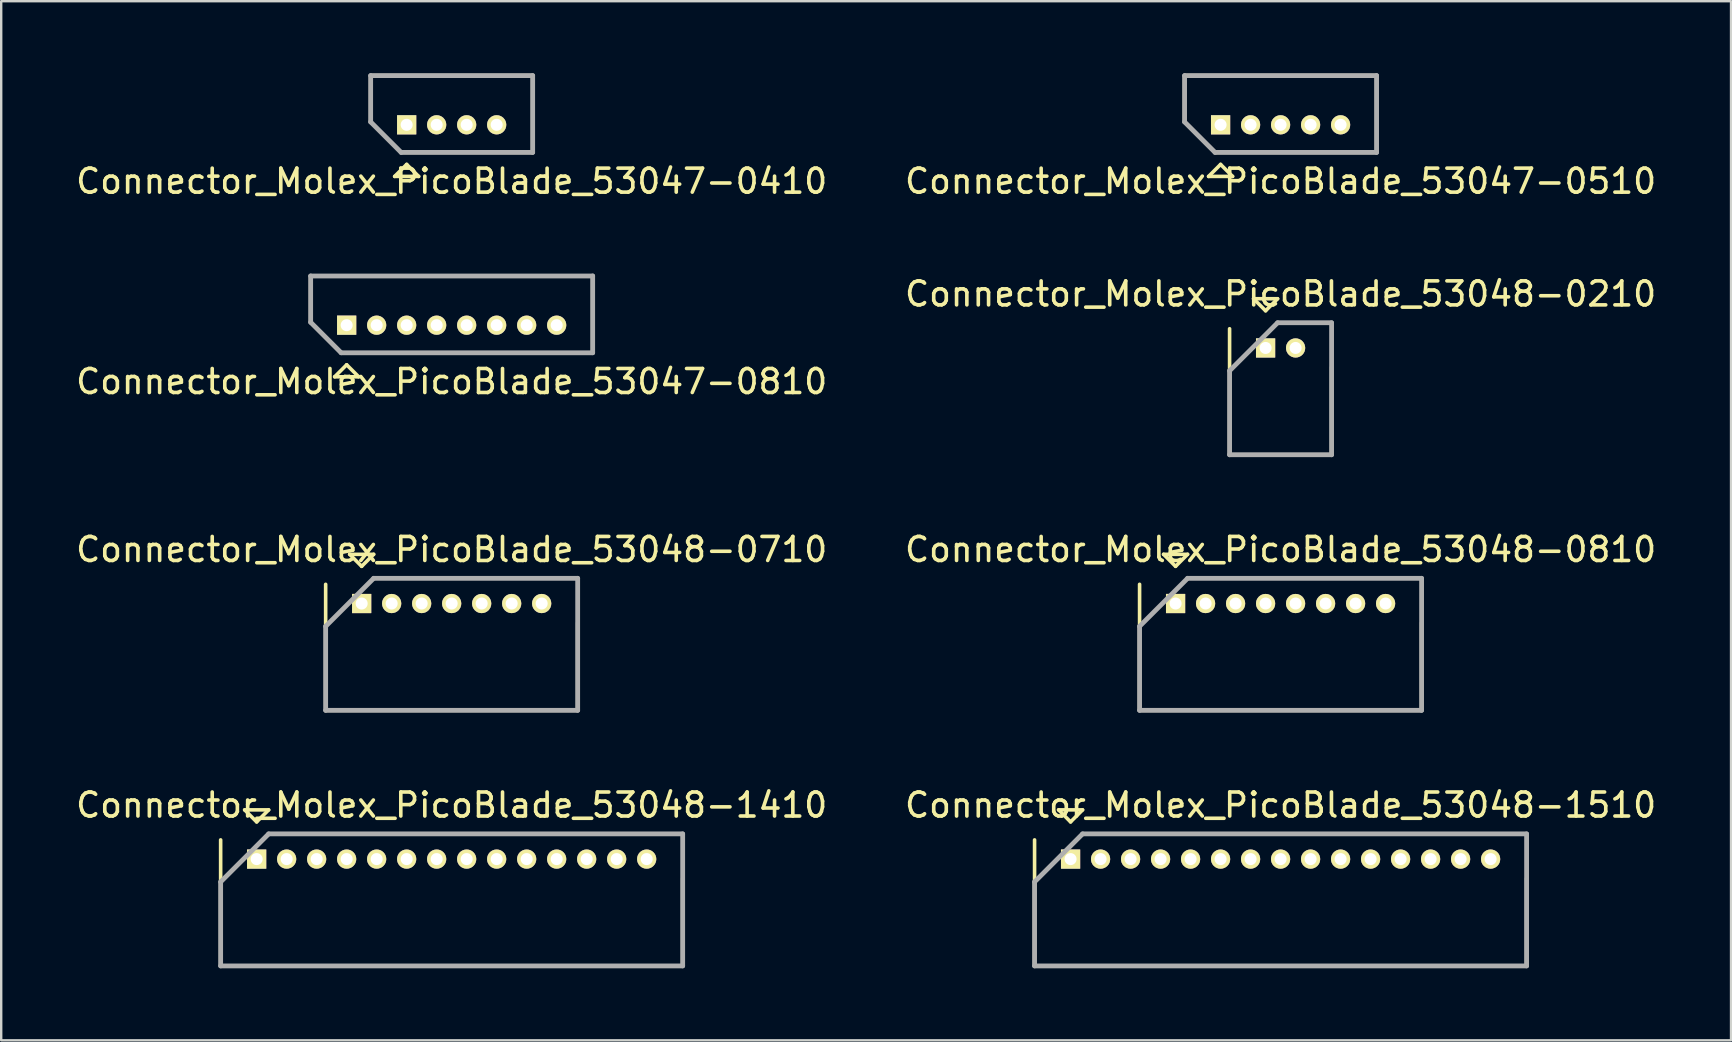
<source format=kicad_pcb>
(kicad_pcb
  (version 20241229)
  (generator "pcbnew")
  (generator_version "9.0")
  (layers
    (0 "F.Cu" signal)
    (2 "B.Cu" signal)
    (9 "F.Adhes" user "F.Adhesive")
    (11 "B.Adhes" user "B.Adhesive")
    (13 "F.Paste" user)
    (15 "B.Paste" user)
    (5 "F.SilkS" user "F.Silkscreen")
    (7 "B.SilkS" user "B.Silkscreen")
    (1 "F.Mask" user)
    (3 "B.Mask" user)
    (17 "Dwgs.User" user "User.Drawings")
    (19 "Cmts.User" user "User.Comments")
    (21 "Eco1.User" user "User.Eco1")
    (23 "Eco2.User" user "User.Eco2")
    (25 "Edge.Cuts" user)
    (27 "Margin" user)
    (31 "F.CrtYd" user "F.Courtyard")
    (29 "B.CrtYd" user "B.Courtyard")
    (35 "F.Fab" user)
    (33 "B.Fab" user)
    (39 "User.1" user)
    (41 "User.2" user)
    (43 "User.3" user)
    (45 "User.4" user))
  (footprint "Connector_Molex_PicoBlade_53048-1510"
    (layer "F.Cu")
    (at 41.554 32.743)
    (property "Reference" "Connector_Molex_PicoBlade_53048-1510" (at 8.75 -2.25 0) (layer "F.SilkS") (effects (font (size 1 1) (thickness 0.15))))
    (attr through_hole)
    (fp_line (start -1.5 -0.8) (end -1.5 4.45) (stroke (width 0.15) (type solid)) (layer "F.SilkS"))
    (fp_line (start -1.5 4.45) (end 19 4.45) (stroke (width 0.15) (type solid)) (layer "F.SilkS"))
    (fp_line (start -0.5 -2.05) (end 0.5 -2.05) (stroke (width 0.15) (type solid)) (layer "F.SilkS"))
    (fp_line (start 0 -1.55) (end -0.5 -2.05) (stroke (width 0.15) (type solid)) (layer "F.SilkS"))
    (fp_line (start 0.5 -2.05) (end 0 -1.55) (stroke (width 0.15) (type solid)) (layer "F.SilkS"))
    (fp_line (start 19 4.45) (end 19 0.8) (stroke (width 0.15) (type solid)) (layer "F.SilkS"))
    (fp_line (start -1.5 0.95) (end -1.5 4.45) (stroke (width 0.2) (type solid)) (layer "F.Fab"))
    (fp_line (start -1.5 4.45) (end 19 4.45) (stroke (width 0.2) (type solid)) (layer "F.Fab"))
    (fp_line (start 0.5 -1.05) (end -1.5 0.95) (stroke (width 0.2) (type solid)) (layer "F.Fab"))
    (fp_line (start 19 -1.05) (end 0.5 -1.05) (stroke (width 0.2) (type solid)) (layer "F.Fab"))
    (fp_line (start 19 4.45) (end 19 -1.05) (stroke (width 0.2) (type solid)) (layer "F.Fab"))
    (pad "1" thru_hole rect (at 0 0) (size 0.8 0.8) (drill 0.5) (layers "*.Cu" "*.Mask" "F.SilkS"))
    (pad "2" thru_hole oval (at 1.25 0) (size 0.8 0.8) (drill 0.5) (layers "*.Cu" "*.Mask" "F.SilkS"))
    (pad "3" thru_hole oval (at 2.5 0) (size 0.8 0.8) (drill 0.5) (layers "*.Cu" "*.Mask" "F.SilkS"))
    (pad "4" thru_hole oval (at 3.75 0) (size 0.8 0.8) (drill 0.5) (layers "*.Cu" "*.Mask" "F.SilkS"))
    (pad "5" thru_hole oval (at 5 0) (size 0.8 0.8) (drill 0.5) (layers "*.Cu" "*.Mask" "F.SilkS"))
    (pad "6" thru_hole oval (at 6.25 0) (size 0.8 0.8) (drill 0.5) (layers "*.Cu" "*.Mask" "F.SilkS"))
    (pad "7" thru_hole oval (at 7.5 0) (size 0.8 0.8) (drill 0.5) (layers "*.Cu" "*.Mask" "F.SilkS"))
    (pad "8" thru_hole oval (at 8.75 0) (size 0.8 0.8) (drill 0.5) (layers "*.Cu" "*.Mask" "F.SilkS"))
    (pad "9" thru_hole oval (at 10 0) (size 0.8 0.8) (drill 0.5) (layers "*.Cu" "*.Mask" "F.SilkS"))
    (pad "10" thru_hole oval (at 11.25 0) (size 0.8 0.8) (drill 0.5) (layers "*.Cu" "*.Mask" "F.SilkS"))
    (pad "11" thru_hole oval (at 12.5 0) (size 0.8 0.8) (drill 0.5) (layers "*.Cu" "*.Mask" "F.SilkS"))
    (pad "12" thru_hole oval (at 13.75 0) (size 0.8 0.8) (drill 0.5) (layers "*.Cu" "*.Mask" "F.SilkS"))
    (pad "13" thru_hole oval (at 15 0) (size 0.8 0.8) (drill 0.5) (layers "*.Cu" "*.Mask" "F.SilkS"))
    (pad "14" thru_hole oval (at 16.25 0) (size 0.8 0.8) (drill 0.5) (layers "*.Cu" "*.Mask" "F.SilkS"))
    (pad "15" thru_hole oval (at 17.5 0) (size 0.8 0.8) (drill 0.5) (layers "*.Cu" "*.Mask" "F.SilkS")))
  (footprint "Connector_Molex_PicoBlade_53048-1410"
    (layer "F.Cu")
    (at 7.643 32.743)
    (property "Reference" "Connector_Molex_PicoBlade_53048-1410" (at 8.125 -2.25 0) (layer "F.SilkS") (effects (font (size 1 1) (thickness 0.15))))
    (attr through_hole)
    (fp_line (start -1.5 -0.8) (end -1.5 4.45) (stroke (width 0.15) (type solid)) (layer "F.SilkS"))
    (fp_line (start -1.5 4.45) (end 17.75 4.45) (stroke (width 0.15) (type solid)) (layer "F.SilkS"))
    (fp_line (start -0.5 -2.05) (end 0.5 -2.05) (stroke (width 0.15) (type solid)) (layer "F.SilkS"))
    (fp_line (start 0 -1.55) (end -0.5 -2.05) (stroke (width 0.15) (type solid)) (layer "F.SilkS"))
    (fp_line (start 0.5 -2.05) (end 0 -1.55) (stroke (width 0.15) (type solid)) (layer "F.SilkS"))
    (fp_line (start 17.75 4.45) (end 17.75 0.8) (stroke (width 0.15) (type solid)) (layer "F.SilkS"))
    (fp_line (start -1.5 0.95) (end -1.5 4.45) (stroke (width 0.2) (type solid)) (layer "F.Fab"))
    (fp_line (start -1.5 4.45) (end 17.75 4.45) (stroke (width 0.2) (type solid)) (layer "F.Fab"))
    (fp_line (start 0.5 -1.05) (end -1.5 0.95) (stroke (width 0.2) (type solid)) (layer "F.Fab"))
    (fp_line (start 17.75 -1.05) (end 0.5 -1.05) (stroke (width 0.2) (type solid)) (layer "F.Fab"))
    (fp_line (start 17.75 4.45) (end 17.75 -1.05) (stroke (width 0.2) (type solid)) (layer "F.Fab"))
    (pad "1" thru_hole rect (at 0 0) (size 0.8 0.8) (drill 0.5) (layers "*.Cu" "*.Mask" "F.SilkS"))
    (pad "2" thru_hole oval (at 1.25 0) (size 0.8 0.8) (drill 0.5) (layers "*.Cu" "*.Mask" "F.SilkS"))
    (pad "3" thru_hole oval (at 2.5 0) (size 0.8 0.8) (drill 0.5) (layers "*.Cu" "*.Mask" "F.SilkS"))
    (pad "4" thru_hole oval (at 3.75 0) (size 0.8 0.8) (drill 0.5) (layers "*.Cu" "*.Mask" "F.SilkS"))
    (pad "5" thru_hole oval (at 5 0) (size 0.8 0.8) (drill 0.5) (layers "*.Cu" "*.Mask" "F.SilkS"))
    (pad "6" thru_hole oval (at 6.25 0) (size 0.8 0.8) (drill 0.5) (layers "*.Cu" "*.Mask" "F.SilkS"))
    (pad "7" thru_hole oval (at 7.5 0) (size 0.8 0.8) (drill 0.5) (layers "*.Cu" "*.Mask" "F.SilkS"))
    (pad "8" thru_hole oval (at 8.75 0) (size 0.8 0.8) (drill 0.5) (layers "*.Cu" "*.Mask" "F.SilkS"))
    (pad "9" thru_hole oval (at 10 0) (size 0.8 0.8) (drill 0.5) (layers "*.Cu" "*.Mask" "F.SilkS"))
    (pad "10" thru_hole oval (at 11.25 0) (size 0.8 0.8) (drill 0.5) (layers "*.Cu" "*.Mask" "F.SilkS"))
    (pad "11" thru_hole oval (at 12.5 0) (size 0.8 0.8) (drill 0.5) (layers "*.Cu" "*.Mask" "F.SilkS"))
    (pad "12" thru_hole oval (at 13.75 0) (size 0.8 0.8) (drill 0.5) (layers "*.Cu" "*.Mask" "F.SilkS"))
    (pad "13" thru_hole oval (at 15 0) (size 0.8 0.8) (drill 0.5) (layers "*.Cu" "*.Mask" "F.SilkS"))
    (pad "14" thru_hole oval (at 16.25 0) (size 0.8 0.8) (drill 0.5) (layers "*.Cu" "*.Mask" "F.SilkS")))
  (footprint "Connector_Molex_PicoBlade_53047-0810"
    (layer "F.Cu")
    (at 11.393 10.498)
    (property "Reference" "Connector_Molex_PicoBlade_53047-0810" (at 4.375 2.35 0) (layer "F.SilkS") (effects (font (size 1 1) (thickness 0.15))))
    (attr through_hole)
    (fp_line (start -1.5 -2.05) (end 10.25 -2.05) (stroke (width 0.15) (type solid)) (layer "F.SilkS"))
    (fp_line (start -1.5 -0.12) (end -1.5 -2.05) (stroke (width 0.15) (type solid)) (layer "F.SilkS"))
    (fp_line (start -0.5 2.15) (end 0 1.65) (stroke (width 0.15) (type solid)) (layer "F.SilkS"))
    (fp_line (start 0 1.65) (end 0.5 2.15) (stroke (width 0.15) (type solid)) (layer "F.SilkS"))
    (fp_line (start 0.5 2.15) (end -0.5 2.15) (stroke (width 0.15) (type solid)) (layer "F.SilkS"))
    (fp_line (start 10.25 -2.05) (end 10.25 1.15) (stroke (width 0.15) (type solid)) (layer "F.SilkS"))
    (fp_line (start 10.25 1.15) (end -0.23 1.15) (stroke (width 0.15) (type solid)) (layer "F.SilkS"))
    (fp_line (start -1.5 -2.05) (end 10.25 -2.05) (stroke (width 0.2) (type solid)) (layer "F.Fab"))
    (fp_line (start -1.5 -0.12) (end -1.5 -2.05) (stroke (width 0.2) (type solid)) (layer "F.Fab"))
    (fp_line (start -0.23 1.15) (end -1.5 -0.12) (stroke (width 0.2) (type solid)) (layer "F.Fab"))
    (fp_line (start 10.25 -2.05) (end 10.25 1.15) (stroke (width 0.2) (type solid)) (layer "F.Fab"))
    (fp_line (start 10.25 1.15) (end -0.23 1.15) (stroke (width 0.2) (type solid)) (layer "F.Fab"))
    (pad "1" thru_hole rect (at 0 0) (size 0.8 0.8) (drill 0.5) (layers "*.Cu" "*.Mask" "F.SilkS"))
    (pad "2" thru_hole oval (at 1.25 0) (size 0.8 0.8) (drill 0.5) (layers "*.Cu" "*.Mask" "F.SilkS"))
    (pad "3" thru_hole oval (at 2.5 0) (size 0.8 0.8) (drill 0.5) (layers "*.Cu" "*.Mask" "F.SilkS"))
    (pad "4" thru_hole oval (at 3.75 0) (size 0.8 0.8) (drill 0.5) (layers "*.Cu" "*.Mask" "F.SilkS"))
    (pad "5" thru_hole oval (at 5 0) (size 0.8 0.8) (drill 0.5) (layers "*.Cu" "*.Mask" "F.SilkS"))
    (pad "6" thru_hole oval (at 6.25 0) (size 0.8 0.8) (drill 0.5) (layers "*.Cu" "*.Mask" "F.SilkS"))
    (pad "7" thru_hole oval (at 7.5 0) (size 0.8 0.8) (drill 0.5) (layers "*.Cu" "*.Mask" "F.SilkS"))
    (pad "8" thru_hole oval (at 8.75 0) (size 0.8 0.8) (drill 0.5) (layers "*.Cu" "*.Mask" "F.SilkS")))
  (footprint "Connector_Molex_PicoBlade_53048-0710"
    (layer "F.Cu")
    (at 12.018 22.095)
    (property "Reference" "Connector_Molex_PicoBlade_53048-0710" (at 3.75 -2.25 0) (layer "F.SilkS") (effects (font (size 1 1) (thickness 0.15))))
    (attr through_hole)
    (fp_line (start -1.5 -0.8) (end -1.5 4.45) (stroke (width 0.15) (type solid)) (layer "F.SilkS"))
    (fp_line (start -1.5 4.45) (end 9 4.45) (stroke (width 0.15) (type solid)) (layer "F.SilkS"))
    (fp_line (start -0.5 -2.05) (end 0.5 -2.05) (stroke (width 0.15) (type solid)) (layer "F.SilkS"))
    (fp_line (start 0 -1.55) (end -0.5 -2.05) (stroke (width 0.15) (type solid)) (layer "F.SilkS"))
    (fp_line (start 0.5 -2.05) (end 0 -1.55) (stroke (width 0.15) (type solid)) (layer "F.SilkS"))
    (fp_line (start 9 4.45) (end 9 0.8) (stroke (width 0.15) (type solid)) (layer "F.SilkS"))
    (fp_line (start -1.5 0.95) (end -1.5 4.45) (stroke (width 0.2) (type solid)) (layer "F.Fab"))
    (fp_line (start -1.5 4.45) (end 9 4.45) (stroke (width 0.2) (type solid)) (layer "F.Fab"))
    (fp_line (start 0.5 -1.05) (end -1.5 0.95) (stroke (width 0.2) (type solid)) (layer "F.Fab"))
    (fp_line (start 9 -1.05) (end 0.5 -1.05) (stroke (width 0.2) (type solid)) (layer "F.Fab"))
    (fp_line (start 9 4.45) (end 9 -1.05) (stroke (width 0.2) (type solid)) (layer "F.Fab"))
    (pad "1" thru_hole rect (at 0 0) (size 0.8 0.8) (drill 0.5) (layers "*.Cu" "*.Mask" "F.SilkS"))
    (pad "2" thru_hole oval (at 1.25 0) (size 0.8 0.8) (drill 0.5) (layers "*.Cu" "*.Mask" "F.SilkS"))
    (pad "3" thru_hole oval (at 2.5 0) (size 0.8 0.8) (drill 0.5) (layers "*.Cu" "*.Mask" "F.SilkS"))
    (pad "4" thru_hole oval (at 3.75 0) (size 0.8 0.8) (drill 0.5) (layers "*.Cu" "*.Mask" "F.SilkS"))
    (pad "5" thru_hole oval (at 5 0) (size 0.8 0.8) (drill 0.5) (layers "*.Cu" "*.Mask" "F.SilkS"))
    (pad "6" thru_hole oval (at 6.25 0) (size 0.8 0.8) (drill 0.5) (layers "*.Cu" "*.Mask" "F.SilkS"))
    (pad "7" thru_hole oval (at 7.5 0) (size 0.8 0.8) (drill 0.5) (layers "*.Cu" "*.Mask" "F.SilkS")))
  (footprint "Connector_Molex_PicoBlade_53047-0510"
    (layer "F.Cu")
    (at 47.804 2.15)
    (property "Reference" "Connector_Molex_PicoBlade_53047-0510" (at 2.5 2.35 0) (layer "F.SilkS") (effects (font (size 1 1) (thickness 0.15))))
    (attr through_hole)
    (fp_line (start -1.5 -2.05) (end 6.5 -2.05) (stroke (width 0.15) (type solid)) (layer "F.SilkS"))
    (fp_line (start -1.5 -0.12) (end -1.5 -2.05) (stroke (width 0.15) (type solid)) (layer "F.SilkS"))
    (fp_line (start -0.5 2.15) (end 0 1.65) (stroke (width 0.15) (type solid)) (layer "F.SilkS"))
    (fp_line (start 0 1.65) (end 0.5 2.15) (stroke (width 0.15) (type solid)) (layer "F.SilkS"))
    (fp_line (start 0.5 2.15) (end -0.5 2.15) (stroke (width 0.15) (type solid)) (layer "F.SilkS"))
    (fp_line (start 6.5 -2.05) (end 6.5 1.15) (stroke (width 0.15) (type solid)) (layer "F.SilkS"))
    (fp_line (start 6.5 1.15) (end -0.23 1.15) (stroke (width 0.15) (type solid)) (layer "F.SilkS"))
    (fp_line (start -1.5 -2.05) (end 6.5 -2.05) (stroke (width 0.2) (type solid)) (layer "F.Fab"))
    (fp_line (start -1.5 -0.12) (end -1.5 -2.05) (stroke (width 0.2) (type solid)) (layer "F.Fab"))
    (fp_line (start -0.23 1.15) (end -1.5 -0.12) (stroke (width 0.2) (type solid)) (layer "F.Fab"))
    (fp_line (start 6.5 -2.05) (end 6.5 1.15) (stroke (width 0.2) (type solid)) (layer "F.Fab"))
    (fp_line (start 6.5 1.15) (end -0.23 1.15) (stroke (width 0.2) (type solid)) (layer "F.Fab"))
    (pad "1" thru_hole rect (at 0 0) (size 0.8 0.8) (drill 0.5) (layers "*.Cu" "*.Mask" "F.SilkS"))
    (pad "2" thru_hole oval (at 1.25 0) (size 0.8 0.8) (drill 0.5) (layers "*.Cu" "*.Mask" "F.SilkS"))
    (pad "3" thru_hole oval (at 2.5 0) (size 0.8 0.8) (drill 0.5) (layers "*.Cu" "*.Mask" "F.SilkS"))
    (pad "4" thru_hole oval (at 3.75 0) (size 0.8 0.8) (drill 0.5) (layers "*.Cu" "*.Mask" "F.SilkS"))
    (pad "5" thru_hole oval (at 5 0) (size 0.8 0.8) (drill 0.5) (layers "*.Cu" "*.Mask" "F.SilkS")))
  (footprint "Connector_Molex_PicoBlade_53047-0410"
    (layer "F.Cu")
    (at 13.893 2.15)
    (property "Reference" "Connector_Molex_PicoBlade_53047-0410" (at 1.875 2.35 0) (layer "F.SilkS") (effects (font (size 1 1) (thickness 0.15))))
    (attr through_hole)
    (fp_line (start -1.5 -2.05) (end 5.25 -2.05) (stroke (width 0.15) (type solid)) (layer "F.SilkS"))
    (fp_line (start -1.5 -0.12) (end -1.5 -2.05) (stroke (width 0.15) (type solid)) (layer "F.SilkS"))
    (fp_line (start -0.5 2.15) (end 0 1.65) (stroke (width 0.15) (type solid)) (layer "F.SilkS"))
    (fp_line (start 0 1.65) (end 0.5 2.15) (stroke (width 0.15) (type solid)) (layer "F.SilkS"))
    (fp_line (start 0.5 2.15) (end -0.5 2.15) (stroke (width 0.15) (type solid)) (layer "F.SilkS"))
    (fp_line (start 5.25 -2.05) (end 5.25 1.15) (stroke (width 0.15) (type solid)) (layer "F.SilkS"))
    (fp_line (start 5.25 1.15) (end -0.23 1.15) (stroke (width 0.15) (type solid)) (layer "F.SilkS"))
    (fp_line (start -1.5 -2.05) (end 5.25 -2.05) (stroke (width 0.2) (type solid)) (layer "F.Fab"))
    (fp_line (start -1.5 -0.12) (end -1.5 -2.05) (stroke (width 0.2) (type solid)) (layer "F.Fab"))
    (fp_line (start -0.23 1.15) (end -1.5 -0.12) (stroke (width 0.2) (type solid)) (layer "F.Fab"))
    (fp_line (start 5.25 -2.05) (end 5.25 1.15) (stroke (width 0.2) (type solid)) (layer "F.Fab"))
    (fp_line (start 5.25 1.15) (end -0.23 1.15) (stroke (width 0.2) (type solid)) (layer "F.Fab"))
    (pad "1" thru_hole rect (at 0 0) (size 0.8 0.8) (drill 0.5) (layers "*.Cu" "*.Mask" "F.SilkS"))
    (pad "2" thru_hole oval (at 1.25 0) (size 0.8 0.8) (drill 0.5) (layers "*.Cu" "*.Mask" "F.SilkS"))
    (pad "3" thru_hole oval (at 2.5 0) (size 0.8 0.8) (drill 0.5) (layers "*.Cu" "*.Mask" "F.SilkS"))
    (pad "4" thru_hole oval (at 3.75 0) (size 0.8 0.8) (drill 0.5) (layers "*.Cu" "*.Mask" "F.SilkS")))
  (footprint "Connector_Molex_PicoBlade_53048-0210"
    (layer "F.Cu")
    (at 49.679 11.447)
    (property "Reference" "Connector_Molex_PicoBlade_53048-0210" (at 0.625 -2.25 0) (layer "F.SilkS") (effects (font (size 1 1) (thickness 0.15))))
    (attr through_hole)
    (fp_line (start -1.5 -0.8) (end -1.5 4.45) (stroke (width 0.15) (type solid)) (layer "F.SilkS"))
    (fp_line (start -1.5 4.45) (end 2.75 4.45) (stroke (width 0.15) (type solid)) (layer "F.SilkS"))
    (fp_line (start -0.5 -2.05) (end 0.5 -2.05) (stroke (width 0.15) (type solid)) (layer "F.SilkS"))
    (fp_line (start 0 -1.55) (end -0.5 -2.05) (stroke (width 0.15) (type solid)) (layer "F.SilkS"))
    (fp_line (start 0.5 -2.05) (end 0 -1.55) (stroke (width 0.15) (type solid)) (layer "F.SilkS"))
    (fp_line (start 2.75 4.45) (end 2.75 0.8) (stroke (width 0.15) (type solid)) (layer "F.SilkS"))
    (fp_line (start -1.5 0.95) (end -1.5 4.45) (stroke (width 0.2) (type solid)) (layer "F.Fab"))
    (fp_line (start -1.5 4.45) (end 2.75 4.45) (stroke (width 0.2) (type solid)) (layer "F.Fab"))
    (fp_line (start 0.5 -1.05) (end -1.5 0.95) (stroke (width 0.2) (type solid)) (layer "F.Fab"))
    (fp_line (start 2.75 -1.05) (end 0.5 -1.05) (stroke (width 0.2) (type solid)) (layer "F.Fab"))
    (fp_line (start 2.75 4.45) (end 2.75 -1.05) (stroke (width 0.2) (type solid)) (layer "F.Fab"))
    (pad "1" thru_hole rect (at 0 0) (size 0.8 0.8) (drill 0.5) (layers "*.Cu" "*.Mask" "F.SilkS"))
    (pad "2" thru_hole oval (at 1.25 0) (size 0.8 0.8) (drill 0.5) (layers "*.Cu" "*.Mask" "F.SilkS")))
  (footprint "Connector_Molex_PicoBlade_53048-0810"
    (layer "F.Cu")
    (at 45.929 22.095)
    (property "Reference" "Connector_Molex_PicoBlade_53048-0810" (at 4.375 -2.25 0) (layer "F.SilkS") (effects (font (size 1 1) (thickness 0.15))))
    (attr through_hole)
    (fp_line (start -1.5 -0.8) (end -1.5 4.45) (stroke (width 0.15) (type solid)) (layer "F.SilkS"))
    (fp_line (start -1.5 4.45) (end 10.25 4.45) (stroke (width 0.15) (type solid)) (layer "F.SilkS"))
    (fp_line (start -0.5 -2.05) (end 0.5 -2.05) (stroke (width 0.15) (type solid)) (layer "F.SilkS"))
    (fp_line (start 0 -1.55) (end -0.5 -2.05) (stroke (width 0.15) (type solid)) (layer "F.SilkS"))
    (fp_line (start 0.5 -2.05) (end 0 -1.55) (stroke (width 0.15) (type solid)) (layer "F.SilkS"))
    (fp_line (start 10.25 4.45) (end 10.25 0.8) (stroke (width 0.15) (type solid)) (layer "F.SilkS"))
    (fp_line (start -1.5 0.95) (end -1.5 4.45) (stroke (width 0.2) (type solid)) (layer "F.Fab"))
    (fp_line (start -1.5 4.45) (end 10.25 4.45) (stroke (width 0.2) (type solid)) (layer "F.Fab"))
    (fp_line (start 0.5 -1.05) (end -1.5 0.95) (stroke (width 0.2) (type solid)) (layer "F.Fab"))
    (fp_line (start 10.25 -1.05) (end 0.5 -1.05) (stroke (width 0.2) (type solid)) (layer "F.Fab"))
    (fp_line (start 10.25 4.45) (end 10.25 -1.05) (stroke (width 0.2) (type solid)) (layer "F.Fab"))
    (pad "1" thru_hole rect (at 0 0) (size 0.8 0.8) (drill 0.5) (layers "*.Cu" "*.Mask" "F.SilkS"))
    (pad "2" thru_hole oval (at 1.25 0) (size 0.8 0.8) (drill 0.5) (layers "*.Cu" "*.Mask" "F.SilkS"))
    (pad "3" thru_hole oval (at 2.5 0) (size 0.8 0.8) (drill 0.5) (layers "*.Cu" "*.Mask" "F.SilkS"))
    (pad "4" thru_hole oval (at 3.75 0) (size 0.8 0.8) (drill 0.5) (layers "*.Cu" "*.Mask" "F.SilkS"))
    (pad "5" thru_hole oval (at 5 0) (size 0.8 0.8) (drill 0.5) (layers "*.Cu" "*.Mask" "F.SilkS"))
    (pad "6" thru_hole oval (at 6.25 0) (size 0.8 0.8) (drill 0.5) (layers "*.Cu" "*.Mask" "F.SilkS"))
    (pad "7" thru_hole oval (at 7.5 0) (size 0.8 0.8) (drill 0.5) (layers "*.Cu" "*.Mask" "F.SilkS"))
    (pad "8" thru_hole oval (at 8.75 0) (size 0.8 0.8) (drill 0.5) (layers "*.Cu" "*.Mask" "F.SilkS")))
  (gr_rect
    (start -3 -3)
    (end 69.071 40.293)
    (stroke (width 0.1) (type default))
    (fill no)
    (layer "Edge.Cuts")))
</source>
